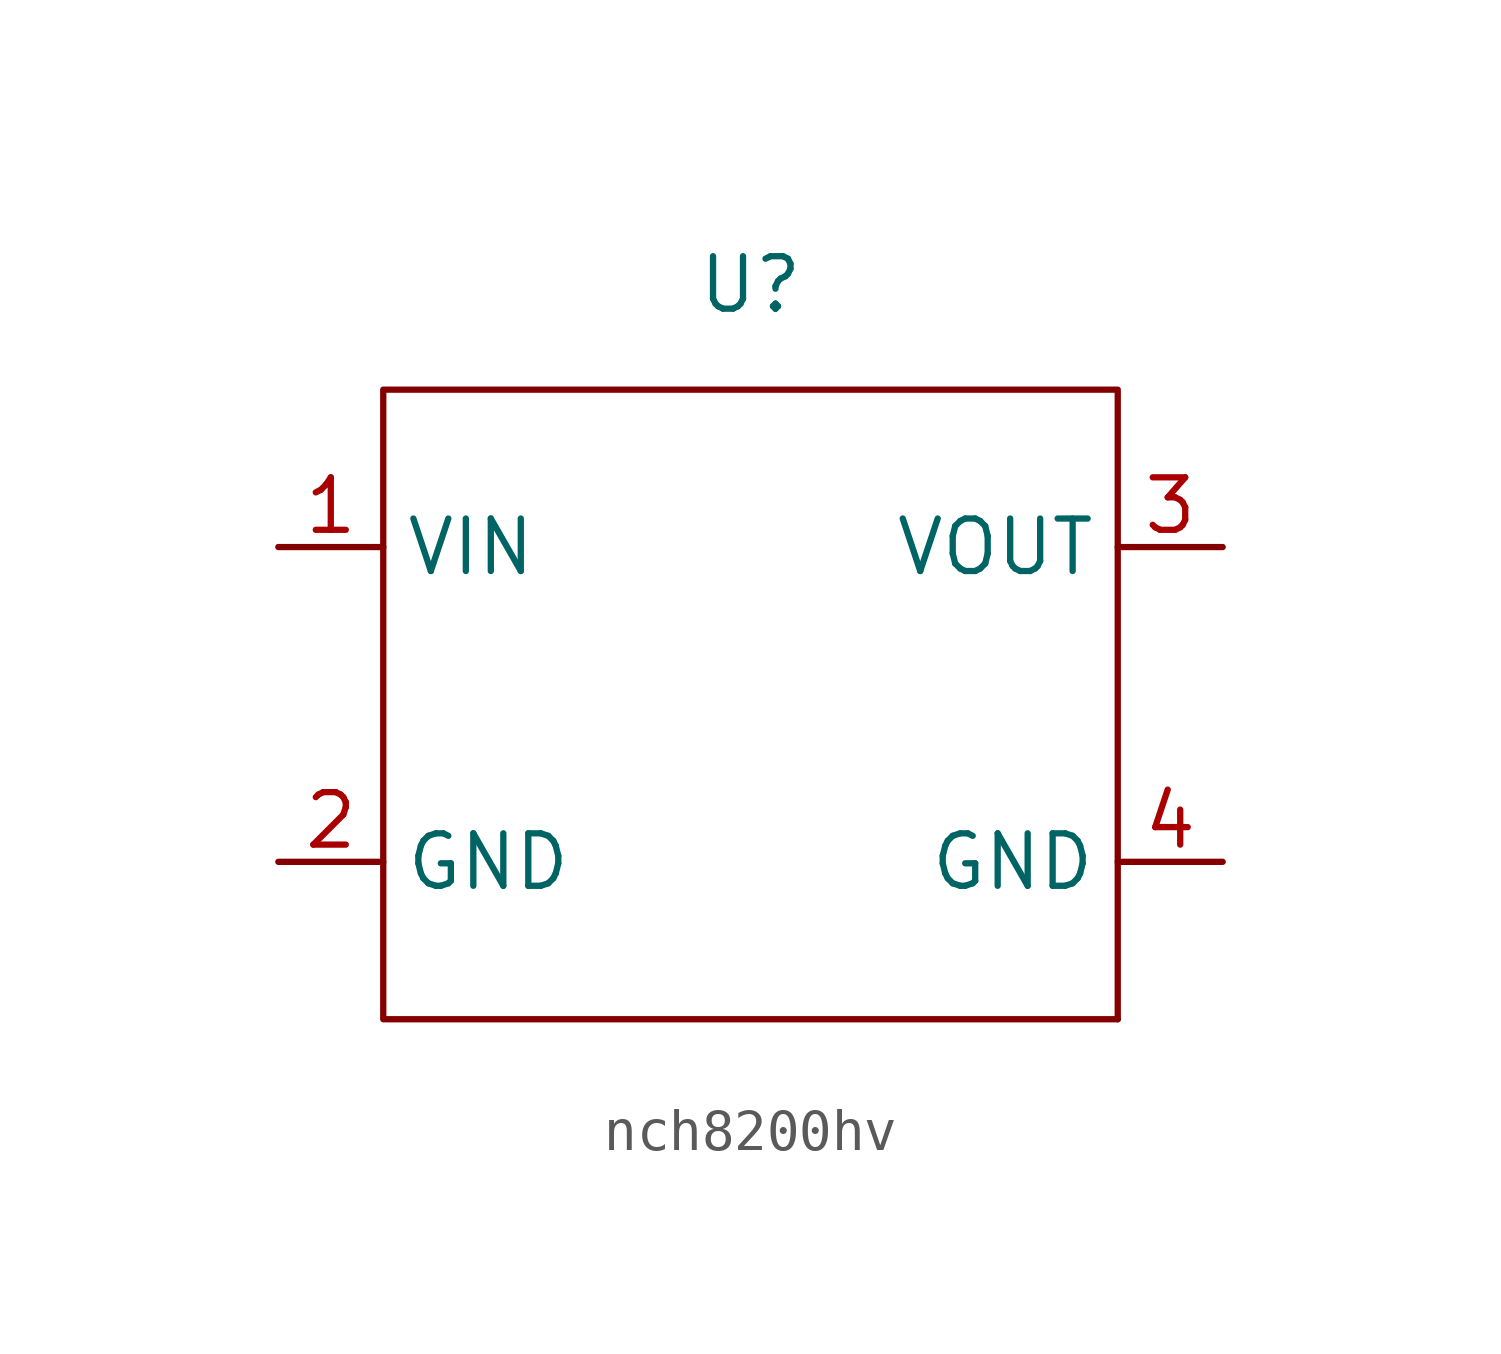
<source format=kicad_sym>
(kicad_symbol_lib
  (version 20241209)
  (generator "kicad_symbol_editor")
  (generator_version "9.0")
  (symbol "nch8200hv"
    (property "Reference" "U"
      (at 0 10.16 0)
      (effects (font (size 1.27 1.27))))
    (symbol "nch8200hv_0_1"
      (rectangle (start 8.89 -7.62) (end -8.89 7.62) (stroke (width 0) (type default)) (fill (type none)))
      (rectangle (start 8.89 -7.62) (end 8.89 -7.62) (stroke (width 0) (type default)) (fill (type none))))
    (symbol "nch8200hv_1_1"
      (pin input line (at -11.43 3.81 0) (length 2.54) (name "VIN" (effects (font (size 1.27 1.27)))) (number "1" (effects (font (size 1.27 1.27)))))
      (pin input line (at -11.43 -3.81 0) (length 2.54) (name "GND" (effects (font (size 1.27 1.27)))) (number "2" (effects (font (size 1.27 1.27)))))
      (pin output line (at 11.43 3.81 180) (length 2.54) (name "VOUT" (effects (font (size 1.27 1.27)))) (number "3" (effects (font (size 1.27 1.27)))))
      (pin output line (at 11.43 -3.81 180) (length 2.54) (name "GND" (effects (font (size 1.27 1.27)))) (number "4" (effects (font (size 1.27 1.27))))))))
</source>
